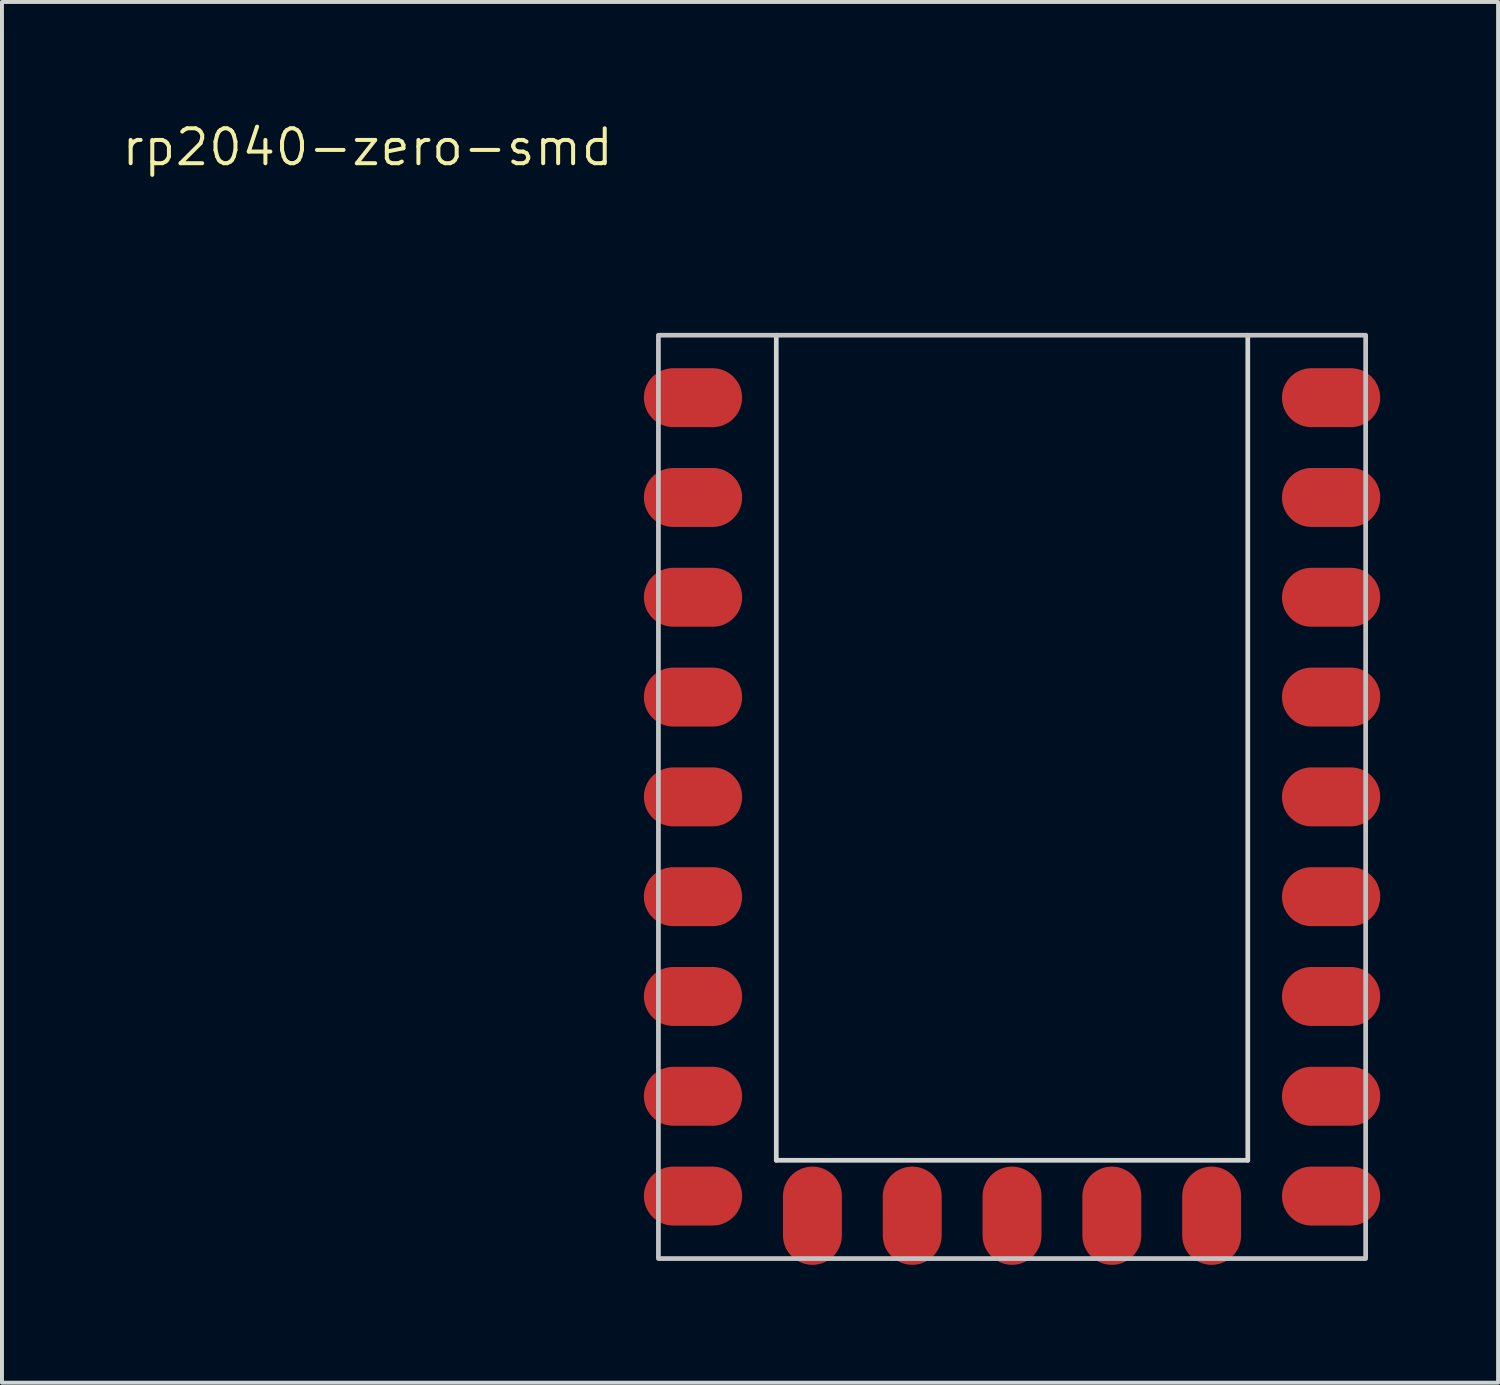
<source format=kicad_pcb>
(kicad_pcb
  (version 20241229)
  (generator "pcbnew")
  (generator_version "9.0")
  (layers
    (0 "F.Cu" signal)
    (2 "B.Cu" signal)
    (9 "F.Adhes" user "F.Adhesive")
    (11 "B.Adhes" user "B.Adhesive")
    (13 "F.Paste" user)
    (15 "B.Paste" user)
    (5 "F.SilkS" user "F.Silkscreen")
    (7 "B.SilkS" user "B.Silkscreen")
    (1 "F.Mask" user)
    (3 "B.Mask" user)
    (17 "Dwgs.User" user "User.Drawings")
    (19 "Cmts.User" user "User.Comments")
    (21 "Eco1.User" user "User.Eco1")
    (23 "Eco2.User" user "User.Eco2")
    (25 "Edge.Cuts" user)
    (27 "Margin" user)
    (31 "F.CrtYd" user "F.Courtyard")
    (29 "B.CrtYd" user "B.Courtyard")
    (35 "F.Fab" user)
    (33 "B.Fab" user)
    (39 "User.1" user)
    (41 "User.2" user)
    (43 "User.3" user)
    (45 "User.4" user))
  (footprint "rp2040-zero-smd"
    (layer "F.Cu")
    (at 22.707 17.231)
    (property "Reference" "rp2040-zero-smd" (at -16.399 -16.533 0) (layer "F.SilkS") (effects (font (size 0.889 0.889) (thickness 0.102))))
    (attr smd exclude_from_pos_files)
    (fp_rect (start -9 -11.75) (end 9 11.75) (stroke (width 0.12) (type solid)) (fill no) (layer "Dwgs.User"))
    (fp_line (start -6 -11.75) (end -6 9.25) (stroke (width 0.12) (type solid)) (layer "Edge.Cuts"))
    (fp_line (start -6 9.25) (end 6 9.25) (stroke (width 0.12) (type solid)) (layer "Edge.Cuts"))
    (fp_line (start 6 9.25) (end 6 -11.75) (stroke (width 0.12) (type solid)) (layer "Edge.Cuts"))
    (pad "1" smd oval (at 7.62 -10.16 180) (size 2.5 1.5) (drill (offset -0.5 0)) (layers "F.Cu" "F.Mask" "F.Paste"))
    (pad "2" smd oval (at 7.62 -7.62 180) (size 2.5 1.5) (drill (offset -0.5 0)) (layers "F.Cu" "F.Mask" "F.Paste"))
    (pad "3" smd oval (at 7.62 -5.08 180) (size 2.5 1.5) (drill (offset -0.5 0)) (layers "F.Cu" "F.Mask" "F.Paste"))
    (pad "4" smd oval (at 7.62 -2.54 180) (size 2.5 1.5) (drill (offset -0.5 0)) (layers "F.Cu" "F.Mask" "F.Paste"))
    (pad "5" smd oval (at 7.62 0 180) (size 2.5 1.5) (drill (offset -0.5 0)) (layers "F.Cu" "F.Mask" "F.Paste"))
    (pad "6" smd oval (at 7.62 2.54 180) (size 2.5 1.5) (drill (offset -0.5 0)) (layers "F.Cu" "F.Mask" "F.Paste"))
    (pad "7" smd oval (at 7.62 5.08 180) (size 2.5 1.5) (drill (offset -0.5 0)) (layers "F.Cu" "F.Mask" "F.Paste"))
    (pad "8" smd oval (at 7.62 7.62 180) (size 2.5 1.5) (drill (offset -0.5 0)) (layers "F.Cu" "F.Mask" "F.Paste"))
    (pad "9" smd oval (at 7.62 10.16 180) (size 2.5 1.5) (drill (offset -0.5 0)) (layers "F.Cu" "F.Mask" "F.Paste"))
    (pad "10" smd oval (at 5.08 10.16 90) (size 2.5 1.5) (drill (offset -0.5 0)) (layers "F.Cu" "F.Mask" "F.Paste"))
    (pad "11" smd oval (at 2.54 10.16 90) (size 2.5 1.5) (drill (offset -0.5 0)) (layers "F.Cu" "F.Mask" "F.Paste"))
    (pad "12" smd oval (at 0 10.16 90) (size 2.5 1.5) (drill (offset -0.5 0)) (layers "F.Cu" "F.Mask" "F.Paste"))
    (pad "13" smd oval (at -2.54 10.16 90) (size 2.5 1.5) (drill (offset -0.5 0)) (layers "F.Cu" "F.Mask" "F.Paste"))
    (pad "14" smd oval (at -5.08 10.16 90) (size 2.5 1.5) (drill (offset -0.5 0)) (layers "F.Cu" "F.Mask" "F.Paste"))
    (pad "15" smd oval (at -7.62 10.16) (size 2.5 1.5) (drill (offset -0.5 0)) (layers "F.Cu" "F.Mask" "F.Paste"))
    (pad "16" smd oval (at -7.62 7.62) (size 2.5 1.5) (drill (offset -0.5 0)) (layers "F.Cu" "F.Mask" "F.Paste"))
    (pad "17" smd oval (at -7.62 5.08) (size 2.5 1.5) (drill (offset -0.5 0)) (layers "F.Cu" "F.Mask" "F.Paste"))
    (pad "18" smd oval (at -7.62 2.54) (size 2.5 1.5) (drill (offset -0.5 0)) (layers "F.Cu" "F.Mask" "F.Paste"))
    (pad "19" smd oval (at -7.62 0) (size 2.5 1.5) (drill (offset -0.5 0)) (layers "F.Cu" "F.Mask" "F.Paste"))
    (pad "20" smd oval (at -7.62 -2.54) (size 2.5 1.5) (drill (offset -0.5 0)) (layers "F.Cu" "F.Mask" "F.Paste"))
    (pad "21" smd oval (at -7.62 -5.08) (size 2.5 1.5) (drill (offset -0.5 0)) (layers "F.Cu" "F.Mask" "F.Paste"))
    (pad "22" smd oval (at -7.62 -7.62) (size 2.5 1.5) (drill (offset -0.5 0)) (layers "F.Cu" "F.Mask" "F.Paste"))
    (pad "23" smd oval (at -7.62 -10.16) (size 2.5 1.5) (drill (offset -0.5 0)) (layers "F.Cu" "F.Mask" "F.Paste")))
  (gr_rect
    (start -3 -3)
    (end 35.077 32.141)
    (stroke (width 0.1) (type default))
    (fill no)
    (layer "Edge.Cuts")))
</source>
